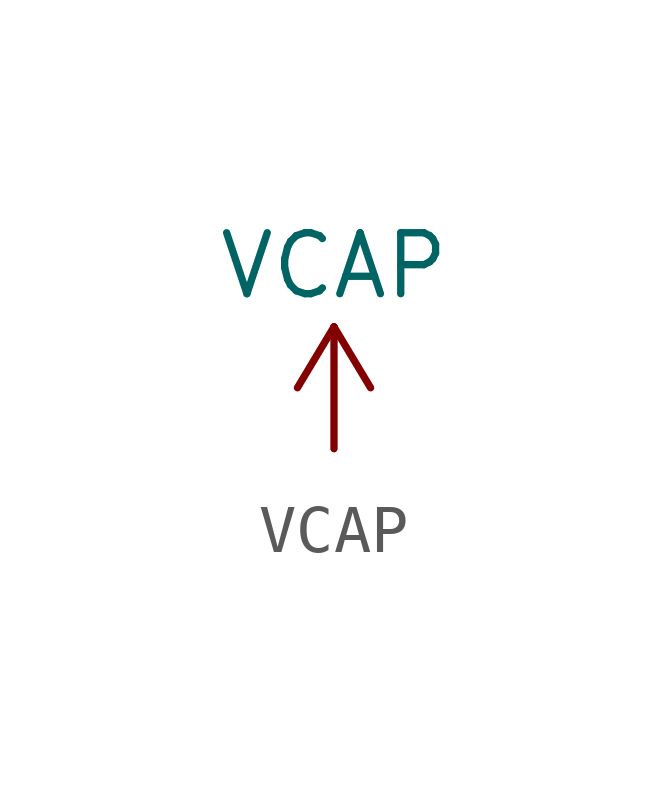
<source format=kicad_sym>
(kicad_symbol_lib
  (version 20220914)
  (generator kicad_symbol_editor)
  (symbol "VCAP"
    (power)
    (pin_names
      (offset 0))
    (property "Reference" "#PWR"
      (at 0 -3.81 0)
      (effects (font (size 1.27 1.27)) hide))
    (property "Value" "VCAP"
      (at 0 3.81 0)
      (effects (font (size 1.27 1.27))))
    (symbol "VCAP_0_1"
      (polyline (pts (xy -0.762 1.27) (xy 0 2.54)) (stroke (width 0) (type default)) (fill (type none)))
      (polyline (pts (xy 0 0) (xy 0 2.54)) (stroke (width 0) (type default)) (fill (type none)))
      (polyline (pts (xy 0 2.54) (xy 0.762 1.27)) (stroke (width 0) (type default)) (fill (type none))))
    (symbol "VCAP_1_1"
      (pin power_in line (at 0 0 90) (length 0) hide (name "VCAP" (effects (font (size 1.27 1.27)))) (number "1" (effects (font (size 1.27 1.27))))))))
</source>
